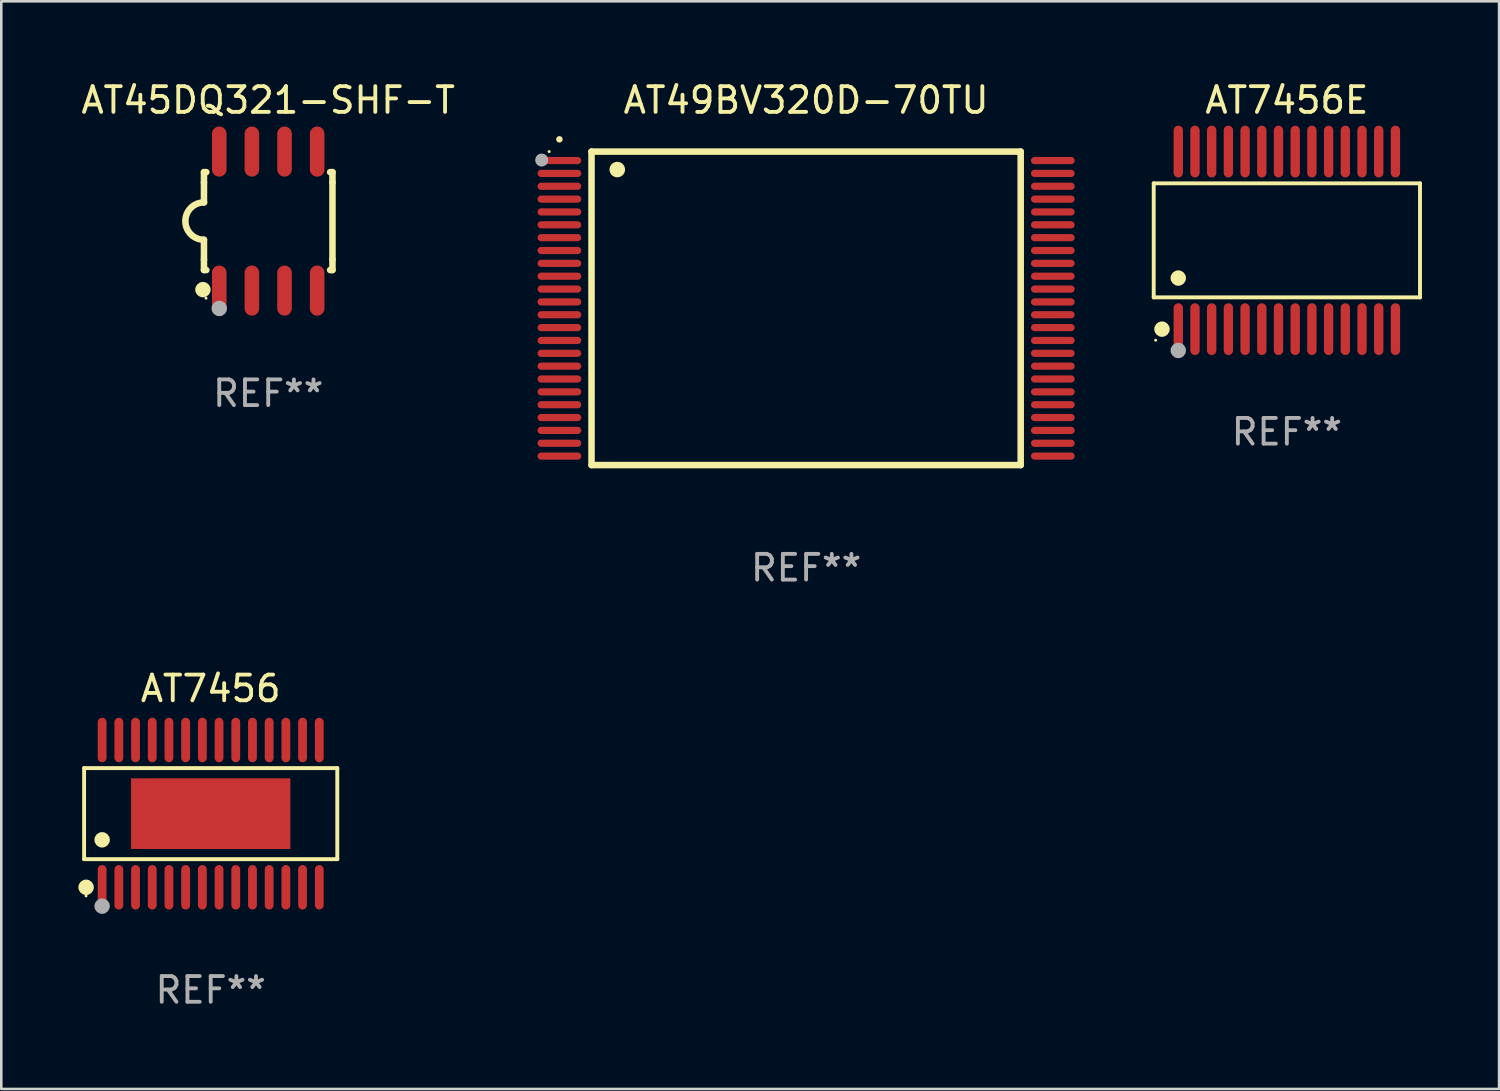
<source format=kicad_pcb>
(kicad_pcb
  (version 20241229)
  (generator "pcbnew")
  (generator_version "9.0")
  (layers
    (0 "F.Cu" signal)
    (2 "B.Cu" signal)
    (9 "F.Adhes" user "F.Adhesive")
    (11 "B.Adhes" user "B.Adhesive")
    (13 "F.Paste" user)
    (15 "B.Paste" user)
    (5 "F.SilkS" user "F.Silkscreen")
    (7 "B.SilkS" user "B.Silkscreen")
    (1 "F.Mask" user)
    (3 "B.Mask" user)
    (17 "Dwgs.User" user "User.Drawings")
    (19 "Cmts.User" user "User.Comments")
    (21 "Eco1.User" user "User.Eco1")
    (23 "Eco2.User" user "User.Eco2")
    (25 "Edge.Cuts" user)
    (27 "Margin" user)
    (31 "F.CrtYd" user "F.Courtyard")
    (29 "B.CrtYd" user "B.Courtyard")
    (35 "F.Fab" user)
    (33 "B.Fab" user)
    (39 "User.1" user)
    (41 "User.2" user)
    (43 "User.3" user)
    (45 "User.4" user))
  (footprint "AT7456"
    (layer "F.Cu")
    (at 5.149 28.611)
    (property "Reference" "AT7456" (at 0 -4.866 0) (layer "F.SilkS") (effects (font (size 1 1) (thickness 0.15))))
    (attr through_hole)
    (fp_line (start -4.926 -1.772) (end 4.926 -1.772) (stroke (width 0.152) (type solid)) (layer "F.SilkS"))
    (fp_line (start -4.926 1.771) (end -4.926 -1.772) (stroke (width 0.152) (type solid)) (layer "F.SilkS"))
    (fp_line (start 4.926 -1.772) (end 4.926 1.771) (stroke (width 0.152) (type solid)) (layer "F.SilkS"))
    (fp_line (start 4.926 1.771) (end -4.926 1.771) (stroke (width 0.152) (type solid)) (layer "F.SilkS"))
    (fp_circle (center -4.85 3.2) (end -4.82 3.2) (stroke (width 0.06) (type solid)) (fill no) (layer "F.SilkS"))
    (fp_circle (center -4.849 2.866) (end -4.699 2.866) (stroke (width 0.3) (type solid)) (fill no) (layer "F.SilkS"))
    (fp_circle (center -4.225 1.019) (end -4.075 1.019) (stroke (width 0.3) (type solid)) (fill no) (layer "F.SilkS"))
    (fp_circle (center -4.225 3.6) (end -4.075 3.6) (stroke (width 0.3) (type solid)) (fill no) (layer "F.Fab"))
    (fp_text user "REF**" (at 0 6.866 0) (layer "F.Fab") (effects (font (size 1 1) (thickness 0.15))))
    (pad "1" smd oval (at -4.225 2.866) (size 0.343 1.731) (layers "F.Cu" "F.Mask" "F.Paste"))
    (pad "2" smd oval (at -3.575 2.866) (size 0.343 1.731) (layers "F.Cu" "F.Mask" "F.Paste"))
    (pad "3" smd oval (at -2.925 2.866) (size 0.343 1.731) (layers "F.Cu" "F.Mask" "F.Paste"))
    (pad "4" smd oval (at -2.275 2.866) (size 0.343 1.731) (layers "F.Cu" "F.Mask" "F.Paste"))
    (pad "5" smd oval (at -1.625 2.866) (size 0.343 1.731) (layers "F.Cu" "F.Mask" "F.Paste"))
    (pad "6" smd oval (at -0.975 2.866) (size 0.343 1.731) (layers "F.Cu" "F.Mask" "F.Paste"))
    (pad "7" smd oval (at -0.325 2.866) (size 0.343 1.731) (layers "F.Cu" "F.Mask" "F.Paste"))
    (pad "8" smd oval (at 0.325 2.866) (size 0.343 1.731) (layers "F.Cu" "F.Mask" "F.Paste"))
    (pad "9" smd oval (at 0.975 2.866) (size 0.343 1.731) (layers "F.Cu" "F.Mask" "F.Paste"))
    (pad "10" smd oval (at 1.625 2.866) (size 0.343 1.731) (layers "F.Cu" "F.Mask" "F.Paste"))
    (pad "11" smd oval (at 2.275 2.866) (size 0.343 1.731) (layers "F.Cu" "F.Mask" "F.Paste"))
    (pad "12" smd oval (at 2.925 2.866) (size 0.343 1.731) (layers "F.Cu" "F.Mask" "F.Paste"))
    (pad "13" smd oval (at 3.575 2.866) (size 0.343 1.731) (layers "F.Cu" "F.Mask" "F.Paste"))
    (pad "14" smd oval (at 4.225 2.866) (size 0.343 1.731) (layers "F.Cu" "F.Mask" "F.Paste"))
    (pad "15" smd oval (at 4.225 -2.866) (size 0.343 1.731) (layers "F.Cu" "F.Mask" "F.Paste"))
    (pad "16" smd oval (at 3.575 -2.866) (size 0.343 1.731) (layers "F.Cu" "F.Mask" "F.Paste"))
    (pad "17" smd oval (at 2.925 -2.866) (size 0.343 1.731) (layers "F.Cu" "F.Mask" "F.Paste"))
    (pad "18" smd oval (at 2.275 -2.866) (size 0.343 1.731) (layers "F.Cu" "F.Mask" "F.Paste"))
    (pad "19" smd oval (at 1.625 -2.866) (size 0.343 1.731) (layers "F.Cu" "F.Mask" "F.Paste"))
    (pad "20" smd oval (at 0.975 -2.866) (size 0.343 1.731) (layers "F.Cu" "F.Mask" "F.Paste"))
    (pad "21" smd oval (at 0.325 -2.866) (size 0.343 1.731) (layers "F.Cu" "F.Mask" "F.Paste"))
    (pad "22" smd oval (at -0.325 -2.866) (size 0.343 1.731) (layers "F.Cu" "F.Mask" "F.Paste"))
    (pad "23" smd oval (at -0.975 -2.866) (size 0.343 1.731) (layers "F.Cu" "F.Mask" "F.Paste"))
    (pad "24" smd oval (at -1.625 -2.866) (size 0.343 1.731) (layers "F.Cu" "F.Mask" "F.Paste"))
    (pad "25" smd oval (at -2.275 -2.866) (size 0.343 1.731) (layers "F.Cu" "F.Mask" "F.Paste"))
    (pad "26" smd oval (at -2.925 -2.866) (size 0.343 1.731) (layers "F.Cu" "F.Mask" "F.Paste"))
    (pad "27" smd oval (at -3.575 -2.866) (size 0.343 1.731) (layers "F.Cu" "F.Mask" "F.Paste"))
    (pad "28" smd oval (at -4.225 -2.866) (size 0.343 1.731) (layers "F.Cu" "F.Mask" "F.Paste"))
    (pad "29" smd rect (at 0 -0.000127) (size 6.2 2.75) (layers "F.Cu" "F.Mask" "F.Paste")))
  (footprint "AT45DQ321-SHF-T"
    (layer "F.Cu")
    (at 7.387 5.553)
    (property "Reference" "AT45DQ321-SHF-T" (at 0 -4.705 0) (layer "F.SilkS") (effects (font (size 1 1) (thickness 0.15))))
    (attr through_hole)
    (fp_line (start -2.5 -1.905) (end -2.409 -1.905) (stroke (width 0.254) (type solid)) (layer "F.SilkS"))
    (fp_line (start -2.5 -1.5) (end -2.5 -1.905) (stroke (width 0.254) (type solid)) (layer "F.SilkS"))
    (fp_line (start -2.5 -1.5) (end -2.5 -0.726) (stroke (width 0.254) (type solid)) (layer "F.SilkS"))
    (fp_line (start -2.5 1.5) (end -2.5 0.727) (stroke (width 0.254) (type solid)) (layer "F.SilkS"))
    (fp_line (start -2.5 1.5) (end -2.5 1.905) (stroke (width 0.254) (type solid)) (layer "F.SilkS"))
    (fp_line (start -2.5 1.905) (end -2.409 1.905) (stroke (width 0.254) (type solid)) (layer "F.SilkS"))
    (fp_line (start 2.5 -1.905) (end 2.409 -1.905) (stroke (width 0.254) (type solid)) (layer "F.SilkS"))
    (fp_line (start 2.5 -1.5) (end 2.5 -1.905) (stroke (width 0.254) (type solid)) (layer "F.SilkS"))
    (fp_line (start 2.5 -1.5) (end 2.5 1.5) (stroke (width 0.254) (type solid)) (layer "F.SilkS"))
    (fp_line (start 2.5 1.5) (end 2.5 1.905) (stroke (width 0.254) (type solid)) (layer "F.SilkS"))
    (fp_line (start 2.5 1.905) (end 2.409 1.905) (stroke (width 0.254) (type solid)) (layer "F.SilkS"))
    (fp_arc (start -2.5 0.726568) (mid -3.220316 -0.0023) (end -2.495097 -0.726289) (stroke (width 0.254001) (type solid)) (layer "F.SilkS"))
    (fp_circle (center -2.54 2.667) (end -2.39 2.667) (stroke (width 0.3) (type solid)) (fill no) (layer "F.SilkS"))
    (fp_circle (center -2.42 3) (end -2.39 3) (stroke (width 0.06) (type solid)) (fill no) (layer "F.SilkS"))
    (fp_circle (center -1.905 3.4) (end -1.755 3.4) (stroke (width 0.3) (type solid)) (fill no) (layer "F.Fab"))
    (fp_text user "REF**" (at 0 6.705 0) (layer "F.Fab") (effects (font (size 1 1) (thickness 0.15))))
    (pad "1" smd oval (at -1.905 2.705) (size 0.568 1.95) (layers "F.Cu" "F.Mask" "F.Paste"))
    (pad "2" smd oval (at -0.635 2.705) (size 0.568 1.95) (layers "F.Cu" "F.Mask" "F.Paste"))
    (pad "3" smd oval (at 0.635 2.705) (size 0.568 1.95) (layers "F.Cu" "F.Mask" "F.Paste"))
    (pad "4" smd oval (at 1.905 2.705) (size 0.568 1.95) (layers "F.Cu" "F.Mask" "F.Paste"))
    (pad "5" smd oval (at 1.905 -2.705) (size 0.568 1.95) (layers "F.Cu" "F.Mask" "F.Paste"))
    (pad "6" smd oval (at 0.635 -2.705) (size 0.568 1.95) (layers "F.Cu" "F.Mask" "F.Paste"))
    (pad "7" smd oval (at -0.635 -2.705) (size 0.568 1.95) (layers "F.Cu" "F.Mask" "F.Paste"))
    (pad "8" smd oval (at -1.905 -2.705) (size 0.568 1.95) (layers "F.Cu" "F.Mask" "F.Paste")))
  (footprint "AT7456E"
    (layer "F.Cu")
    (at 47.025 6.303)
    (property "Reference" "AT7456E" (at 0 -5.455 0) (layer "F.SilkS") (effects (font (size 1 1) (thickness 0.15))))
    (attr through_hole)
    (fp_line (start -5.181 -2.219) (end 5.181 -2.219) (stroke (width 0.152) (type solid)) (layer "F.SilkS"))
    (fp_line (start -5.181 2.219) (end -5.181 -2.219) (stroke (width 0.152) (type solid)) (layer "F.SilkS"))
    (fp_line (start 5.181 -2.219) (end 5.181 2.219) (stroke (width 0.152) (type solid)) (layer "F.SilkS"))
    (fp_line (start 5.181 2.219) (end -5.181 2.219) (stroke (width 0.152) (type solid)) (layer "F.SilkS"))
    (fp_circle (center -5.105 3.885) (end -5.075 3.885) (stroke (width 0.06) (type solid)) (fill no) (layer "F.SilkS"))
    (fp_circle (center -4.859 3.455) (end -4.709 3.455) (stroke (width 0.3) (type solid)) (fill no) (layer "F.SilkS"))
    (fp_circle (center -4.225 1.467) (end -4.075 1.467) (stroke (width 0.3) (type solid)) (fill no) (layer "F.SilkS"))
    (fp_circle (center -4.225 4.285) (end -4.075 4.285) (stroke (width 0.3) (type solid)) (fill no) (layer "F.Fab"))
    (fp_text user "REF**" (at 0 7.455 0) (layer "F.Fab") (effects (font (size 1 1) (thickness 0.15))))
    (pad "1" smd oval (at -4.225 3.455) (size 0.364 2.015) (layers "F.Cu" "F.Mask" "F.Paste"))
    (pad "2" smd oval (at -3.575 3.455) (size 0.364 2.015) (layers "F.Cu" "F.Mask" "F.Paste"))
    (pad "3" smd oval (at -2.925 3.455) (size 0.364 2.015) (layers "F.Cu" "F.Mask" "F.Paste"))
    (pad "4" smd oval (at -2.275 3.455) (size 0.364 2.015) (layers "F.Cu" "F.Mask" "F.Paste"))
    (pad "5" smd oval (at -1.625 3.455) (size 0.364 2.015) (layers "F.Cu" "F.Mask" "F.Paste"))
    (pad "6" smd oval (at -0.975 3.455) (size 0.364 2.015) (layers "F.Cu" "F.Mask" "F.Paste"))
    (pad "7" smd oval (at -0.325 3.455) (size 0.364 2.015) (layers "F.Cu" "F.Mask" "F.Paste"))
    (pad "8" smd oval (at 0.325 3.455) (size 0.364 2.015) (layers "F.Cu" "F.Mask" "F.Paste"))
    (pad "9" smd oval (at 0.975 3.455) (size 0.364 2.015) (layers "F.Cu" "F.Mask" "F.Paste"))
    (pad "10" smd oval (at 1.625 3.455) (size 0.364 2.015) (layers "F.Cu" "F.Mask" "F.Paste"))
    (pad "11" smd oval (at 2.275 3.455) (size 0.364 2.015) (layers "F.Cu" "F.Mask" "F.Paste"))
    (pad "12" smd oval (at 2.925 3.455) (size 0.364 2.015) (layers "F.Cu" "F.Mask" "F.Paste"))
    (pad "13" smd oval (at 3.575 3.455) (size 0.364 2.015) (layers "F.Cu" "F.Mask" "F.Paste"))
    (pad "14" smd oval (at 4.225 3.455) (size 0.364 2.015) (layers "F.Cu" "F.Mask" "F.Paste"))
    (pad "15" smd oval (at 4.225 -3.455) (size 0.364 2.015) (layers "F.Cu" "F.Mask" "F.Paste"))
    (pad "16" smd oval (at 3.575 -3.455) (size 0.364 2.015) (layers "F.Cu" "F.Mask" "F.Paste"))
    (pad "17" smd oval (at 2.925 -3.455) (size 0.364 2.015) (layers "F.Cu" "F.Mask" "F.Paste"))
    (pad "18" smd oval (at 2.275 -3.455) (size 0.364 2.015) (layers "F.Cu" "F.Mask" "F.Paste"))
    (pad "19" smd oval (at 1.625 -3.455) (size 0.364 2.015) (layers "F.Cu" "F.Mask" "F.Paste"))
    (pad "20" smd oval (at 0.975 -3.455) (size 0.364 2.015) (layers "F.Cu" "F.Mask" "F.Paste"))
    (pad "21" smd oval (at 0.325 -3.455) (size 0.364 2.015) (layers "F.Cu" "F.Mask" "F.Paste"))
    (pad "22" smd oval (at -0.325 -3.455) (size 0.364 2.015) (layers "F.Cu" "F.Mask" "F.Paste"))
    (pad "23" smd oval (at -0.975 -3.455) (size 0.364 2.015) (layers "F.Cu" "F.Mask" "F.Paste"))
    (pad "24" smd oval (at -1.625 -3.455) (size 0.364 2.015) (layers "F.Cu" "F.Mask" "F.Paste"))
    (pad "25" smd oval (at -2.275 -3.455) (size 0.364 2.015) (layers "F.Cu" "F.Mask" "F.Paste"))
    (pad "26" smd oval (at -2.925 -3.455) (size 0.364 2.015) (layers "F.Cu" "F.Mask" "F.Paste"))
    (pad "27" smd oval (at -3.575 -3.455) (size 0.364 2.015) (layers "F.Cu" "F.Mask" "F.Paste"))
    (pad "28" smd oval (at -4.225 -3.455) (size 0.364 2.015) (layers "F.Cu" "F.Mask" "F.Paste")))
  (footprint "AT49BV320D-70TU"
    (layer "F.Cu")
    (at 28.318 8.948)
    (property "Reference" "AT49BV320D-70TU" (at 0 -8.1 0) (layer "F.SilkS") (effects (font (size 1 1) (thickness 0.15))))
    (attr through_hole)
    (fp_line (start -8.35 -6.1) (end 8.35 -6.1) (stroke (width 0.254) (type solid)) (layer "F.SilkS"))
    (fp_line (start -8.35 6.1) (end -8.35 -6.1) (stroke (width 0.254) (type solid)) (layer "F.SilkS"))
    (fp_line (start 8.35 -6.1) (end 8.35 6.1) (stroke (width 0.254) (type solid)) (layer "F.SilkS"))
    (fp_line (start 8.35 6.1) (end -8.35 6.1) (stroke (width 0.254) (type solid)) (layer "F.SilkS"))
    (fp_arc (start -9.601219 -6.57606) (mid -9.599949 -6.576066) (end -9.598679 -6.57606) (stroke (width 0.25) (type solid)) (layer "F.SilkS"))
    (fp_arc (start -7.350775 -5.400038) (mid -7.348235 -5.400049) (end -7.345695 -5.400038) (stroke (width 0.6) (type solid)) (layer "F.SilkS"))
    (fp_circle (center -10 -6.1) (end -9.97 -6.1) (stroke (width 0.06) (type solid)) (fill no) (layer "F.SilkS"))
    (fp_circle (center -10.29 -5.77) (end -10.163 -5.77) (stroke (width 0.254) (type solid)) (fill no) (layer "F.Fab"))
    (fp_text user "REF**" (at 0 10.1 0) (layer "F.Fab") (effects (font (size 1 1) (thickness 0.15))))
    (pad "1" smd oval (at -9.6 -5.75 90) (size 0.28 1.7) (layers "F.Cu" "F.Mask" "F.Paste"))
    (pad "2" smd oval (at -9.6 -5.25 90) (size 0.28 1.7) (layers "F.Cu" "F.Mask" "F.Paste"))
    (pad "3" smd oval (at -9.6 -4.75 90) (size 0.28 1.7) (layers "F.Cu" "F.Mask" "F.Paste"))
    (pad "4" smd oval (at -9.6 -4.25 90) (size 0.28 1.7) (layers "F.Cu" "F.Mask" "F.Paste"))
    (pad "5" smd oval (at -9.6 -3.75 90) (size 0.28 1.7) (layers "F.Cu" "F.Mask" "F.Paste"))
    (pad "6" smd oval (at -9.6 -3.25 90) (size 0.28 1.7) (layers "F.Cu" "F.Mask" "F.Paste"))
    (pad "7" smd oval (at -9.6 -2.75 90) (size 0.28 1.7) (layers "F.Cu" "F.Mask" "F.Paste"))
    (pad "8" smd oval (at -9.6 -2.25 90) (size 0.28 1.7) (layers "F.Cu" "F.Mask" "F.Paste"))
    (pad "9" smd oval (at -9.6 -1.75 90) (size 0.28 1.7) (layers "F.Cu" "F.Mask" "F.Paste"))
    (pad "10" smd oval (at -9.6 -1.25 90) (size 0.28 1.7) (layers "F.Cu" "F.Mask" "F.Paste"))
    (pad "11" smd oval (at -9.6 -0.75 90) (size 0.28 1.7) (layers "F.Cu" "F.Mask" "F.Paste"))
    (pad "12" smd oval (at -9.6 -0.25 90) (size 0.28 1.7) (layers "F.Cu" "F.Mask" "F.Paste"))
    (pad "13" smd oval (at -9.6 0.25 90) (size 0.28 1.7) (layers "F.Cu" "F.Mask" "F.Paste"))
    (pad "14" smd oval (at -9.6 0.75 90) (size 0.28 1.7) (layers "F.Cu" "F.Mask" "F.Paste"))
    (pad "15" smd oval (at -9.6 1.25 90) (size 0.28 1.7) (layers "F.Cu" "F.Mask" "F.Paste"))
    (pad "16" smd oval (at -9.6 1.75 90) (size 0.28 1.7) (layers "F.Cu" "F.Mask" "F.Paste"))
    (pad "17" smd oval (at -9.6 2.25 90) (size 0.28 1.7) (layers "F.Cu" "F.Mask" "F.Paste"))
    (pad "18" smd oval (at -9.6 2.75 90) (size 0.28 1.7) (layers "F.Cu" "F.Mask" "F.Paste"))
    (pad "19" smd oval (at -9.6 3.25 90) (size 0.28 1.7) (layers "F.Cu" "F.Mask" "F.Paste"))
    (pad "20" smd oval (at -9.6 3.75 90) (size 0.28 1.7) (layers "F.Cu" "F.Mask" "F.Paste"))
    (pad "21" smd oval (at -9.6 4.25 90) (size 0.28 1.7) (layers "F.Cu" "F.Mask" "F.Paste"))
    (pad "22" smd oval (at -9.6 4.75 90) (size 0.28 1.7) (layers "F.Cu" "F.Mask" "F.Paste"))
    (pad "23" smd oval (at -9.6 5.25 90) (size 0.28 1.7) (layers "F.Cu" "F.Mask" "F.Paste"))
    (pad "24" smd oval (at -9.6 5.75 90) (size 0.28 1.7) (layers "F.Cu" "F.Mask" "F.Paste"))
    (pad "25" smd oval (at 9.6 5.75 90) (size 0.28 1.7) (layers "F.Cu" "F.Mask" "F.Paste"))
    (pad "26" smd oval (at 9.6 5.25 90) (size 0.28 1.7) (layers "F.Cu" "F.Mask" "F.Paste"))
    (pad "27" smd oval (at 9.6 4.75 90) (size 0.28 1.7) (layers "F.Cu" "F.Mask" "F.Paste"))
    (pad "28" smd oval (at 9.6 4.25 90) (size 0.28 1.7) (layers "F.Cu" "F.Mask" "F.Paste"))
    (pad "29" smd oval (at 9.6 3.75 90) (size 0.28 1.7) (layers "F.Cu" "F.Mask" "F.Paste"))
    (pad "30" smd oval (at 9.6 3.25 90) (size 0.28 1.7) (layers "F.Cu" "F.Mask" "F.Paste"))
    (pad "31" smd oval (at 9.6 2.75 90) (size 0.28 1.7) (layers "F.Cu" "F.Mask" "F.Paste"))
    (pad "32" smd oval (at 9.6 2.25 90) (size 0.28 1.7) (layers "F.Cu" "F.Mask" "F.Paste"))
    (pad "33" smd oval (at 9.6 1.75 90) (size 0.28 1.7) (layers "F.Cu" "F.Mask" "F.Paste"))
    (pad "34" smd oval (at 9.6 1.25 90) (size 0.28 1.7) (layers "F.Cu" "F.Mask" "F.Paste"))
    (pad "35" smd oval (at 9.6 0.75 90) (size 0.28 1.7) (layers "F.Cu" "F.Mask" "F.Paste"))
    (pad "36" smd oval (at 9.6 0.25 90) (size 0.28 1.7) (layers "F.Cu" "F.Mask" "F.Paste"))
    (pad "37" smd oval (at 9.6 -0.25 90) (size 0.28 1.7) (layers "F.Cu" "F.Mask" "F.Paste"))
    (pad "38" smd oval (at 9.6 -0.75 90) (size 0.28 1.7) (layers "F.Cu" "F.Mask" "F.Paste"))
    (pad "39" smd oval (at 9.6 -1.25 90) (size 0.28 1.7) (layers "F.Cu" "F.Mask" "F.Paste"))
    (pad "40" smd oval (at 9.6 -1.75 90) (size 0.28 1.7) (layers "F.Cu" "F.Mask" "F.Paste"))
    (pad "41" smd oval (at 9.6 -2.25 90) (size 0.28 1.7) (layers "F.Cu" "F.Mask" "F.Paste"))
    (pad "42" smd oval (at 9.6 -2.75 90) (size 0.28 1.7) (layers "F.Cu" "F.Mask" "F.Paste"))
    (pad "43" smd oval (at 9.6 -3.25 90) (size 0.28 1.7) (layers "F.Cu" "F.Mask" "F.Paste"))
    (pad "44" smd oval (at 9.6 -3.75 90) (size 0.28 1.7) (layers "F.Cu" "F.Mask" "F.Paste"))
    (pad "45" smd oval (at 9.6 -4.25 90) (size 0.28 1.7) (layers "F.Cu" "F.Mask" "F.Paste"))
    (pad "46" smd oval (at 9.6 -4.75 90) (size 0.28 1.7) (layers "F.Cu" "F.Mask" "F.Paste"))
    (pad "47" smd oval (at 9.6 -5.25 90) (size 0.28 1.7) (layers "F.Cu" "F.Mask" "F.Paste"))
    (pad "48" smd oval (at 9.6 -5.75 90) (size 0.28 1.7) (layers "F.Cu" "F.Mask" "F.Paste")))
  (gr_rect
    (start -3 -3)
    (end 55.283 39.325)
    (stroke (width 0.1) (type default))
    (fill no)
    (layer "Edge.Cuts")))
</source>
